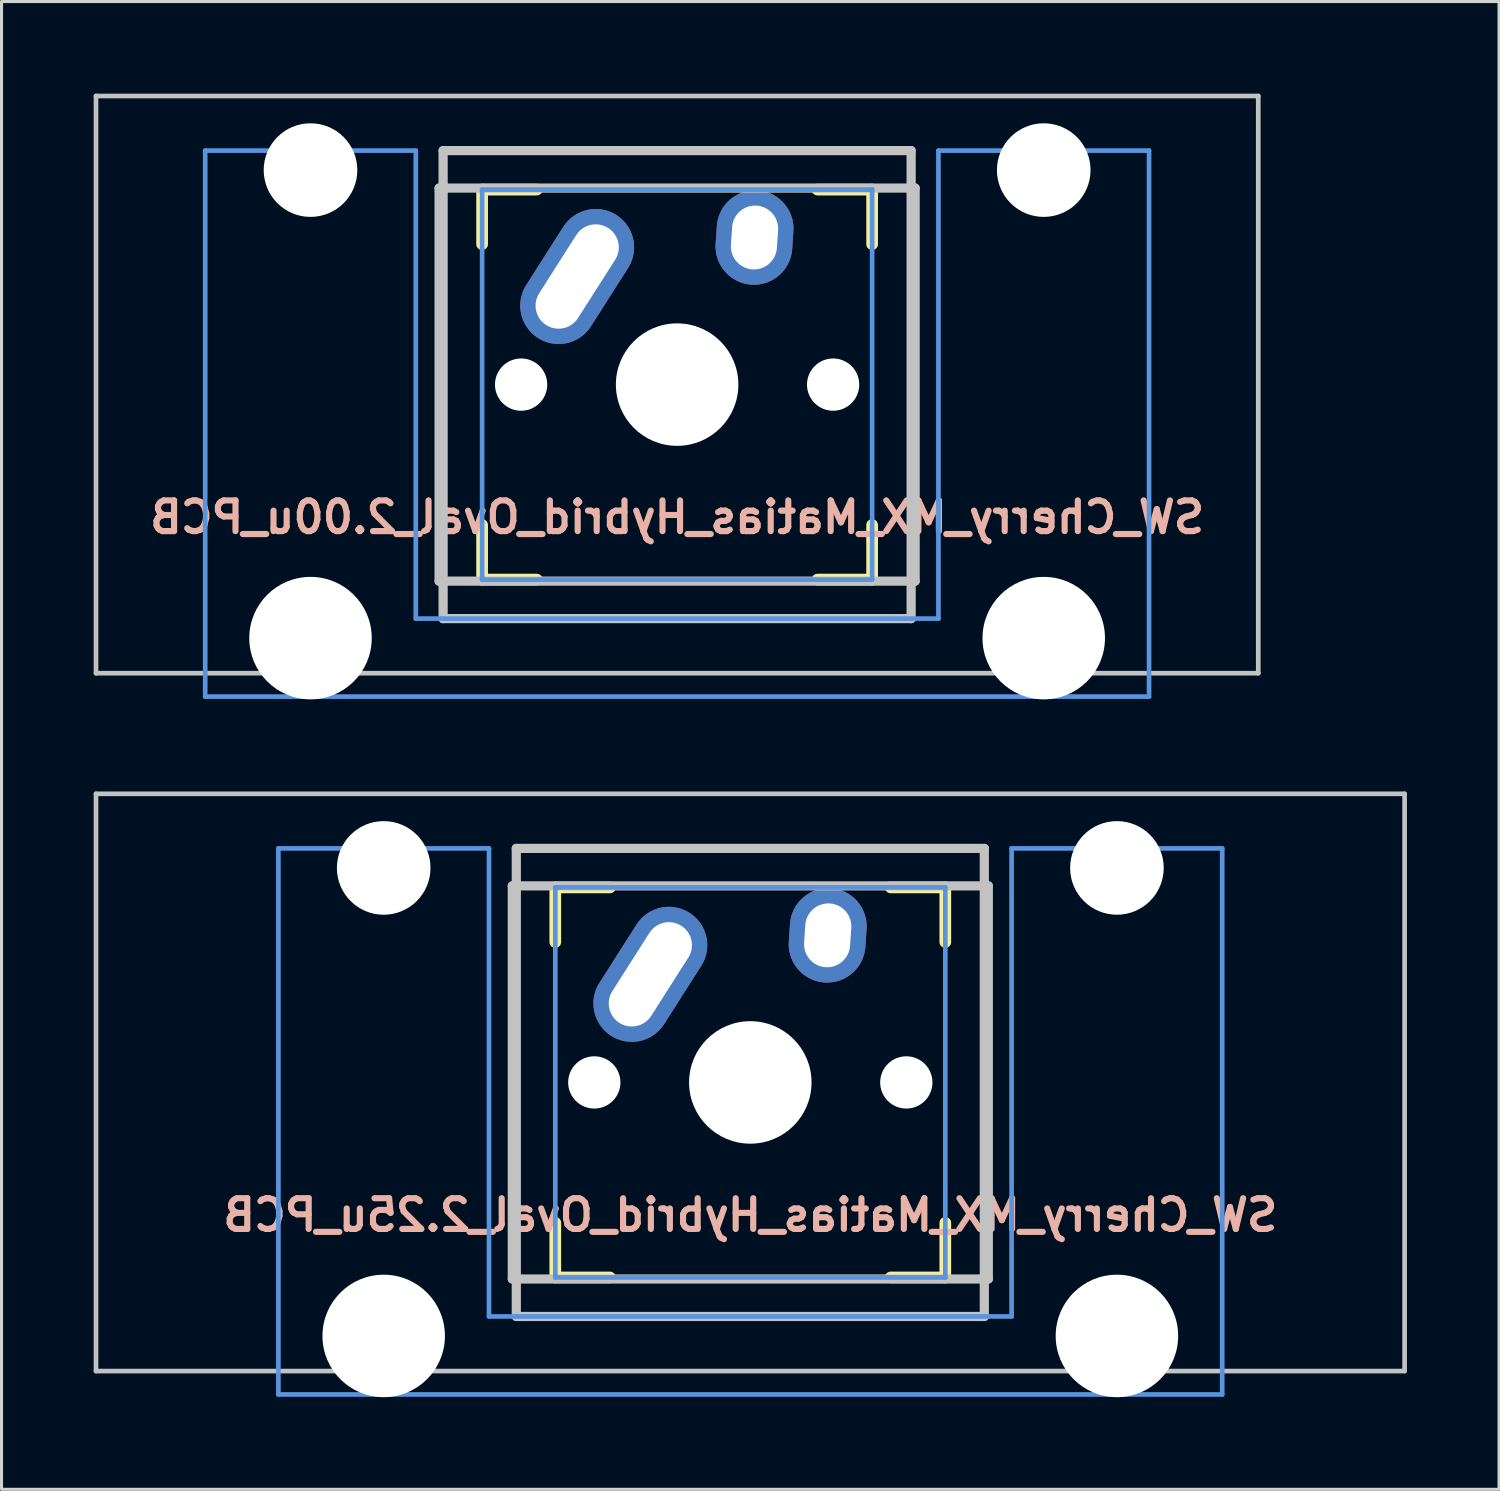
<source format=kicad_pcb>
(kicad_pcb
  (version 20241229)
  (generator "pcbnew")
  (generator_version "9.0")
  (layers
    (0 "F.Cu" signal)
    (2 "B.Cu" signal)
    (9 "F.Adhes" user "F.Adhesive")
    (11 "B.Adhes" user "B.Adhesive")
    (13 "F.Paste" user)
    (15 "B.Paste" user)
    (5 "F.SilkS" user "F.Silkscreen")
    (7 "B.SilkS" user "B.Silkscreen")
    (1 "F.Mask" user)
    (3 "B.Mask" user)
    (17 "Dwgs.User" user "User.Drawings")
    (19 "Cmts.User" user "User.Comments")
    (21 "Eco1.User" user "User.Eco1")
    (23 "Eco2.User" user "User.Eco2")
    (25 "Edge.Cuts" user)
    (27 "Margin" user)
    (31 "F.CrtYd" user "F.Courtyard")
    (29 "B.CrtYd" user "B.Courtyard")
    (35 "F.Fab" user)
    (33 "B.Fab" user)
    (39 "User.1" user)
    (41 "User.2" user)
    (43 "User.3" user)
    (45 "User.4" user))
  (footprint "SW_Cherry_MX_Matias_Hybrid_Oval_2.00u_PCB"
    (layer "F.Cu")
    (at 18.999 9.474)
    (property "Reference" "SW_Cherry_MX_Matias_Hybrid_Oval_2.00u_PCB" (at 0 4.318 0) (layer "B.SilkS") (effects (font (size 1 1) (thickness 0.2)) (justify mirror)))
    (attr through_hole)
    (fp_line (start -6.35 -6.35) (end -4.572 -6.35) (stroke (width 0.381) (type solid)) (layer "F.SilkS"))
    (fp_line (start -6.35 -4.572) (end -6.35 -6.35) (stroke (width 0.381) (type solid)) (layer "F.SilkS"))
    (fp_line (start -6.35 6.35) (end -6.35 4.572) (stroke (width 0.381) (type solid)) (layer "F.SilkS"))
    (fp_line (start -4.572 6.35) (end -6.35 6.35) (stroke (width 0.381) (type solid)) (layer "F.SilkS"))
    (fp_line (start 4.572 -6.35) (end 6.35 -6.35) (stroke (width 0.381) (type solid)) (layer "F.SilkS"))
    (fp_line (start 6.35 -6.35) (end 6.35 -4.572) (stroke (width 0.381) (type solid)) (layer "F.SilkS"))
    (fp_line (start 6.35 4.572) (end 6.35 6.35) (stroke (width 0.381) (type solid)) (layer "F.SilkS"))
    (fp_line (start 6.35 6.35) (end 4.572 6.35) (stroke (width 0.381) (type solid)) (layer "F.SilkS"))
    (fp_line (start -18.923 -9.398) (end 18.923 -9.398) (stroke (width 0.152) (type solid)) (layer "Dwgs.User"))
    (fp_line (start -18.923 9.398) (end -18.923 -9.398) (stroke (width 0.152) (type solid)) (layer "Dwgs.User"))
    (fp_line (start -7.75 6.4) (end -7.75 -6.4) (stroke (width 0.3) (type solid)) (layer "Dwgs.User"))
    (fp_line (start -7.75 6.4) (end 7.75 6.4) (stroke (width 0.3) (type solid)) (layer "Dwgs.User"))
    (fp_line (start -7.62 -7.62) (end 7.62 -7.62) (stroke (width 0.3) (type solid)) (layer "Dwgs.User"))
    (fp_line (start -7.62 7.62) (end -7.62 -7.62) (stroke (width 0.3) (type solid)) (layer "Dwgs.User"))
    (fp_line (start 7.62 -7.62) (end 7.62 7.62) (stroke (width 0.3) (type solid)) (layer "Dwgs.User"))
    (fp_line (start 7.62 7.62) (end -7.62 7.62) (stroke (width 0.3) (type solid)) (layer "Dwgs.User"))
    (fp_line (start 7.75 -6.4) (end -7.75 -6.4) (stroke (width 0.3) (type solid)) (layer "Dwgs.User"))
    (fp_line (start 7.75 6.4) (end 7.75 -6.4) (stroke (width 0.3) (type solid)) (layer "Dwgs.User"))
    (fp_line (start 18.923 -9.398) (end 18.923 9.398) (stroke (width 0.152) (type solid)) (layer "Dwgs.User"))
    (fp_line (start 18.923 9.398) (end -18.923 9.398) (stroke (width 0.152) (type solid)) (layer "Dwgs.User"))
    (fp_line (start -15.367 -7.62) (end -15.367 10.16) (stroke (width 0.152) (type solid)) (layer "Cmts.User"))
    (fp_line (start -15.367 10.16) (end 15.367 10.16) (stroke (width 0.152) (type solid)) (layer "Cmts.User"))
    (fp_line (start -8.509 -7.62) (end -15.367 -7.62) (stroke (width 0.152) (type solid)) (layer "Cmts.User"))
    (fp_line (start -8.509 7.62) (end -8.509 -7.62) (stroke (width 0.152) (type solid)) (layer "Cmts.User"))
    (fp_line (start -6.35 -6.35) (end 6.35 -6.35) (stroke (width 0.152) (type solid)) (layer "Cmts.User"))
    (fp_line (start -6.35 6.35) (end -6.35 -6.35) (stroke (width 0.152) (type solid)) (layer "Cmts.User"))
    (fp_line (start 6.35 -6.35) (end 6.35 6.35) (stroke (width 0.152) (type solid)) (layer "Cmts.User"))
    (fp_line (start 6.35 6.35) (end -6.35 6.35) (stroke (width 0.152) (type solid)) (layer "Cmts.User"))
    (fp_line (start 8.509 -7.62) (end 8.509 7.62) (stroke (width 0.152) (type solid)) (layer "Cmts.User"))
    (fp_line (start 8.509 7.62) (end -8.509 7.62) (stroke (width 0.152) (type solid)) (layer "Cmts.User"))
    (fp_line (start 15.367 -7.62) (end 8.509 -7.62) (stroke (width 0.152) (type solid)) (layer "Cmts.User"))
    (fp_line (start 15.367 10.16) (end 15.367 -7.62) (stroke (width 0.152) (type solid)) (layer "Cmts.User"))
    (fp_line (start -16.129 -2.286) (end -15.265 -2.286) (stroke (width 0.152) (type solid)) (layer "Eco2.User"))
    (fp_line (start -16.129 0.508) (end -16.129 -2.286) (stroke (width 0.152) (type solid)) (layer "Eco2.User"))
    (fp_line (start -15.265 -5.69) (end -8.611 -5.69) (stroke (width 0.152) (type solid)) (layer "Eco2.User"))
    (fp_line (start -15.265 -2.286) (end -15.265 -5.69) (stroke (width 0.152) (type solid)) (layer "Eco2.User"))
    (fp_line (start -15.265 0.508) (end -16.129 0.508) (stroke (width 0.152) (type solid)) (layer "Eco2.User"))
    (fp_line (start -15.265 6.604) (end -15.265 0.508) (stroke (width 0.152) (type solid)) (layer "Eco2.User"))
    (fp_line (start -14.224 6.604) (end -15.265 6.604) (stroke (width 0.152) (type solid)) (layer "Eco2.User"))
    (fp_line (start -14.224 7.772) (end -14.224 6.604) (stroke (width 0.152) (type solid)) (layer "Eco2.User"))
    (fp_line (start -9.652 6.604) (end -9.652 7.772) (stroke (width 0.152) (type solid)) (layer "Eco2.User"))
    (fp_line (start -9.652 7.772) (end -14.224 7.772) (stroke (width 0.152) (type solid)) (layer "Eco2.User"))
    (fp_line (start -8.611 -5.69) (end -8.611 -4.877) (stroke (width 0.152) (type solid)) (layer "Eco2.User"))
    (fp_line (start -8.611 -4.877) (end -6.985 -4.877) (stroke (width 0.152) (type solid)) (layer "Eco2.User"))
    (fp_line (start -8.611 5.817) (end -8.611 6.604) (stroke (width 0.152) (type solid)) (layer "Eco2.User"))
    (fp_line (start -8.611 6.604) (end -9.652 6.604) (stroke (width 0.152) (type solid)) (layer "Eco2.User"))
    (fp_line (start -6.985 -6.985) (end 6.985 -6.985) (stroke (width 0.152) (type solid)) (layer "Eco2.User"))
    (fp_line (start -6.985 -4.877) (end -6.985 -6.985) (stroke (width 0.152) (type solid)) (layer "Eco2.User"))
    (fp_line (start -6.985 5.817) (end -8.611 5.817) (stroke (width 0.152) (type solid)) (layer "Eco2.User"))
    (fp_line (start -6.985 6.985) (end -6.985 5.817) (stroke (width 0.152) (type solid)) (layer "Eco2.User"))
    (fp_line (start 6.985 -6.985) (end 6.985 -4.877) (stroke (width 0.152) (type solid)) (layer "Eco2.User"))
    (fp_line (start 6.985 -4.877) (end 8.611 -4.877) (stroke (width 0.152) (type solid)) (layer "Eco2.User"))
    (fp_line (start 6.985 5.817) (end 6.985 6.985) (stroke (width 0.152) (type solid)) (layer "Eco2.User"))
    (fp_line (start 6.985 6.985) (end -6.985 6.985) (stroke (width 0.152) (type solid)) (layer "Eco2.User"))
    (fp_line (start 8.611 -5.69) (end 15.265 -5.69) (stroke (width 0.152) (type solid)) (layer "Eco2.User"))
    (fp_line (start 8.611 -4.877) (end 8.611 -5.69) (stroke (width 0.152) (type solid)) (layer "Eco2.User"))
    (fp_line (start 8.611 5.817) (end 6.985 5.817) (stroke (width 0.152) (type solid)) (layer "Eco2.User"))
    (fp_line (start 8.611 6.604) (end 8.611 5.817) (stroke (width 0.152) (type solid)) (layer "Eco2.User"))
    (fp_line (start 9.652 6.604) (end 8.611 6.604) (stroke (width 0.152) (type solid)) (layer "Eco2.User"))
    (fp_line (start 9.652 7.772) (end 9.652 6.604) (stroke (width 0.152) (type solid)) (layer "Eco2.User"))
    (fp_line (start 14.224 6.604) (end 14.224 7.772) (stroke (width 0.152) (type solid)) (layer "Eco2.User"))
    (fp_line (start 14.224 7.772) (end 9.652 7.772) (stroke (width 0.152) (type solid)) (layer "Eco2.User"))
    (fp_line (start 15.265 -5.69) (end 15.265 -2.286) (stroke (width 0.152) (type solid)) (layer "Eco2.User"))
    (fp_line (start 15.265 -2.286) (end 16.129 -2.286) (stroke (width 0.152) (type solid)) (layer "Eco2.User"))
    (fp_line (start 15.265 0.508) (end 15.265 6.604) (stroke (width 0.152) (type solid)) (layer "Eco2.User"))
    (fp_line (start 15.265 6.604) (end 14.224 6.604) (stroke (width 0.152) (type solid)) (layer "Eco2.User"))
    (fp_line (start 16.129 -2.286) (end 16.129 0.508) (stroke (width 0.152) (type solid)) (layer "Eco2.User"))
    (fp_line (start 16.129 0.508) (end 15.265 0.508) (stroke (width 0.152) (type solid)) (layer "Eco2.User"))
    (pad "" np_thru_hole circle (at -11.938 -6.985) (size 3.048 3.048) (drill 3.048) (layers "*.Cu" "*.Mask"))
    (pad "" np_thru_hole circle (at -11.938 8.255) (size 3.988 3.988) (drill 3.988) (layers "*.Cu" "*.Mask"))
    (pad "" np_thru_hole circle (at -5.08 0) (size 1.702 1.702) (drill 1.702) (layers "*.Cu" "*.Mask"))
    (pad "" np_thru_hole circle (at 0 0) (size 3.988 3.988) (drill 3.988) (layers "*.Cu" "*.Mask"))
    (pad "" np_thru_hole circle (at 5.08 0) (size 1.702 1.702) (drill 1.702) (layers "*.Cu" "*.Mask"))
    (pad "" np_thru_hole circle (at 11.938 -6.985) (size 3.048 3.048) (drill 3.048) (layers "*.Cu" "*.Mask"))
    (pad "" np_thru_hole circle (at 11.938 8.255) (size 3.988 3.988) (drill 3.988) (layers "*.Cu" "*.Mask"))
    (pad "1" thru_hole oval (at 2.52 -4.79 356.1) (size 2.5 3.08) (drill oval 1.5 2.08) (layers "*.Cu" "*.Mask"))
    (pad "2" thru_hole oval (at -3.255 -3.52 327.5) (size 2.5 4.75) (drill oval 1.5 3.75) (layers "*.Cu" "*.Mask")))
  (footprint "SW_Cherry_MX_Matias_Hybrid_Oval_2.25u_PCB"
    (layer "F.Cu")
    (at 21.382 32.197)
    (property "Reference" "SW_Cherry_MX_Matias_Hybrid_Oval_2.25u_PCB" (at 0 4.318 0) (layer "B.SilkS") (effects (font (size 1 1) (thickness 0.2)) (justify mirror)))
    (attr through_hole)
    (fp_line (start -6.35 -6.35) (end -4.572 -6.35) (stroke (width 0.381) (type solid)) (layer "F.SilkS"))
    (fp_line (start -6.35 -4.572) (end -6.35 -6.35) (stroke (width 0.381) (type solid)) (layer "F.SilkS"))
    (fp_line (start -6.35 6.35) (end -6.35 4.572) (stroke (width 0.381) (type solid)) (layer "F.SilkS"))
    (fp_line (start -4.572 6.35) (end -6.35 6.35) (stroke (width 0.381) (type solid)) (layer "F.SilkS"))
    (fp_line (start 4.572 -6.35) (end 6.35 -6.35) (stroke (width 0.381) (type solid)) (layer "F.SilkS"))
    (fp_line (start 6.35 -6.35) (end 6.35 -4.572) (stroke (width 0.381) (type solid)) (layer "F.SilkS"))
    (fp_line (start 6.35 4.572) (end 6.35 6.35) (stroke (width 0.381) (type solid)) (layer "F.SilkS"))
    (fp_line (start 6.35 6.35) (end 4.572 6.35) (stroke (width 0.381) (type solid)) (layer "F.SilkS"))
    (fp_line (start -21.306 -9.398) (end 21.306 -9.398) (stroke (width 0.152) (type solid)) (layer "Dwgs.User"))
    (fp_line (start -21.306 9.398) (end -21.306 -9.398) (stroke (width 0.152) (type solid)) (layer "Dwgs.User"))
    (fp_line (start -7.75 6.4) (end -7.75 -6.4) (stroke (width 0.3) (type solid)) (layer "Dwgs.User"))
    (fp_line (start -7.75 6.4) (end 7.75 6.4) (stroke (width 0.3) (type solid)) (layer "Dwgs.User"))
    (fp_line (start -7.62 -7.62) (end 7.62 -7.62) (stroke (width 0.3) (type solid)) (layer "Dwgs.User"))
    (fp_line (start -7.62 7.62) (end -7.62 -7.62) (stroke (width 0.3) (type solid)) (layer "Dwgs.User"))
    (fp_line (start 7.62 -7.62) (end 7.62 7.62) (stroke (width 0.3) (type solid)) (layer "Dwgs.User"))
    (fp_line (start 7.62 7.62) (end -7.62 7.62) (stroke (width 0.3) (type solid)) (layer "Dwgs.User"))
    (fp_line (start 7.75 -6.4) (end -7.75 -6.4) (stroke (width 0.3) (type solid)) (layer "Dwgs.User"))
    (fp_line (start 7.75 6.4) (end 7.75 -6.4) (stroke (width 0.3) (type solid)) (layer "Dwgs.User"))
    (fp_line (start 21.306 -9.398) (end 21.306 9.398) (stroke (width 0.152) (type solid)) (layer "Dwgs.User"))
    (fp_line (start 21.306 9.398) (end -21.306 9.398) (stroke (width 0.152) (type solid)) (layer "Dwgs.User"))
    (fp_line (start -15.367 -7.62) (end -15.367 10.16) (stroke (width 0.152) (type solid)) (layer "Cmts.User"))
    (fp_line (start -15.367 10.16) (end 15.367 10.16) (stroke (width 0.152) (type solid)) (layer "Cmts.User"))
    (fp_line (start -8.509 -7.62) (end -15.367 -7.62) (stroke (width 0.152) (type solid)) (layer "Cmts.User"))
    (fp_line (start -8.509 7.62) (end -8.509 -7.62) (stroke (width 0.152) (type solid)) (layer "Cmts.User"))
    (fp_line (start -6.35 -6.35) (end 6.35 -6.35) (stroke (width 0.152) (type solid)) (layer "Cmts.User"))
    (fp_line (start -6.35 6.35) (end -6.35 -6.35) (stroke (width 0.152) (type solid)) (layer "Cmts.User"))
    (fp_line (start 6.35 -6.35) (end 6.35 6.35) (stroke (width 0.152) (type solid)) (layer "Cmts.User"))
    (fp_line (start 6.35 6.35) (end -6.35 6.35) (stroke (width 0.152) (type solid)) (layer "Cmts.User"))
    (fp_line (start 8.509 -7.62) (end 8.509 7.62) (stroke (width 0.152) (type solid)) (layer "Cmts.User"))
    (fp_line (start 8.509 7.62) (end -8.509 7.62) (stroke (width 0.152) (type solid)) (layer "Cmts.User"))
    (fp_line (start 15.367 -7.62) (end 8.509 -7.62) (stroke (width 0.152) (type solid)) (layer "Cmts.User"))
    (fp_line (start 15.367 10.16) (end 15.367 -7.62) (stroke (width 0.152) (type solid)) (layer "Cmts.User"))
    (fp_line (start -16.129 -2.286) (end -15.265 -2.286) (stroke (width 0.152) (type solid)) (layer "Eco2.User"))
    (fp_line (start -16.129 0.508) (end -16.129 -2.286) (stroke (width 0.152) (type solid)) (layer "Eco2.User"))
    (fp_line (start -15.265 -5.69) (end -8.611 -5.69) (stroke (width 0.152) (type solid)) (layer "Eco2.User"))
    (fp_line (start -15.265 -2.286) (end -15.265 -5.69) (stroke (width 0.152) (type solid)) (layer "Eco2.User"))
    (fp_line (start -15.265 0.508) (end -16.129 0.508) (stroke (width 0.152) (type solid)) (layer "Eco2.User"))
    (fp_line (start -15.265 6.604) (end -15.265 0.508) (stroke (width 0.152) (type solid)) (layer "Eco2.User"))
    (fp_line (start -14.224 6.604) (end -15.265 6.604) (stroke (width 0.152) (type solid)) (layer "Eco2.User"))
    (fp_line (start -14.224 7.772) (end -14.224 6.604) (stroke (width 0.152) (type solid)) (layer "Eco2.User"))
    (fp_line (start -9.652 6.604) (end -9.652 7.772) (stroke (width 0.152) (type solid)) (layer "Eco2.User"))
    (fp_line (start -9.652 7.772) (end -14.224 7.772) (stroke (width 0.152) (type solid)) (layer "Eco2.User"))
    (fp_line (start -8.611 -5.69) (end -8.611 -4.877) (stroke (width 0.152) (type solid)) (layer "Eco2.User"))
    (fp_line (start -8.611 -4.877) (end -6.985 -4.877) (stroke (width 0.152) (type solid)) (layer "Eco2.User"))
    (fp_line (start -8.611 5.817) (end -8.611 6.604) (stroke (width 0.152) (type solid)) (layer "Eco2.User"))
    (fp_line (start -8.611 6.604) (end -9.652 6.604) (stroke (width 0.152) (type solid)) (layer "Eco2.User"))
    (fp_line (start -6.985 -6.985) (end 6.985 -6.985) (stroke (width 0.152) (type solid)) (layer "Eco2.User"))
    (fp_line (start -6.985 -4.877) (end -6.985 -6.985) (stroke (width 0.152) (type solid)) (layer "Eco2.User"))
    (fp_line (start -6.985 5.817) (end -8.611 5.817) (stroke (width 0.152) (type solid)) (layer "Eco2.User"))
    (fp_line (start -6.985 6.985) (end -6.985 5.817) (stroke (width 0.152) (type solid)) (layer "Eco2.User"))
    (fp_line (start 6.985 -6.985) (end 6.985 -4.877) (stroke (width 0.152) (type solid)) (layer "Eco2.User"))
    (fp_line (start 6.985 -4.877) (end 8.611 -4.877) (stroke (width 0.152) (type solid)) (layer "Eco2.User"))
    (fp_line (start 6.985 5.817) (end 6.985 6.985) (stroke (width 0.152) (type solid)) (layer "Eco2.User"))
    (fp_line (start 6.985 6.985) (end -6.985 6.985) (stroke (width 0.152) (type solid)) (layer "Eco2.User"))
    (fp_line (start 8.611 -5.69) (end 15.265 -5.69) (stroke (width 0.152) (type solid)) (layer "Eco2.User"))
    (fp_line (start 8.611 -4.877) (end 8.611 -5.69) (stroke (width 0.152) (type solid)) (layer "Eco2.User"))
    (fp_line (start 8.611 5.817) (end 6.985 5.817) (stroke (width 0.152) (type solid)) (layer "Eco2.User"))
    (fp_line (start 8.611 6.604) (end 8.611 5.817) (stroke (width 0.152) (type solid)) (layer "Eco2.User"))
    (fp_line (start 9.652 6.604) (end 8.611 6.604) (stroke (width 0.152) (type solid)) (layer "Eco2.User"))
    (fp_line (start 9.652 7.772) (end 9.652 6.604) (stroke (width 0.152) (type solid)) (layer "Eco2.User"))
    (fp_line (start 14.224 6.604) (end 14.224 7.772) (stroke (width 0.152) (type solid)) (layer "Eco2.User"))
    (fp_line (start 14.224 7.772) (end 9.652 7.772) (stroke (width 0.152) (type solid)) (layer "Eco2.User"))
    (fp_line (start 15.265 -5.69) (end 15.265 -2.286) (stroke (width 0.152) (type solid)) (layer "Eco2.User"))
    (fp_line (start 15.265 -2.286) (end 16.129 -2.286) (stroke (width 0.152) (type solid)) (layer "Eco2.User"))
    (fp_line (start 15.265 0.508) (end 15.265 6.604) (stroke (width 0.152) (type solid)) (layer "Eco2.User"))
    (fp_line (start 15.265 6.604) (end 14.224 6.604) (stroke (width 0.152) (type solid)) (layer "Eco2.User"))
    (fp_line (start 16.129 -2.286) (end 16.129 0.508) (stroke (width 0.152) (type solid)) (layer "Eco2.User"))
    (fp_line (start 16.129 0.508) (end 15.265 0.508) (stroke (width 0.152) (type solid)) (layer "Eco2.User"))
    (pad "" np_thru_hole circle (at -11.938 -6.985) (size 3.048 3.048) (drill 3.048) (layers "*.Cu" "*.Mask"))
    (pad "" np_thru_hole circle (at -11.938 8.255) (size 3.988 3.988) (drill 3.988) (layers "*.Cu" "*.Mask"))
    (pad "" np_thru_hole circle (at -5.08 0) (size 1.702 1.702) (drill 1.702) (layers "*.Cu" "*.Mask"))
    (pad "" np_thru_hole circle (at 0 0) (size 3.988 3.988) (drill 3.988) (layers "*.Cu" "*.Mask"))
    (pad "" np_thru_hole circle (at 5.08 0) (size 1.702 1.702) (drill 1.702) (layers "*.Cu" "*.Mask"))
    (pad "" np_thru_hole circle (at 11.938 -6.985) (size 3.048 3.048) (drill 3.048) (layers "*.Cu" "*.Mask"))
    (pad "" np_thru_hole circle (at 11.938 8.255) (size 3.988 3.988) (drill 3.988) (layers "*.Cu" "*.Mask"))
    (pad "1" thru_hole oval (at 2.52 -4.79 356.1) (size 2.5 3.08) (drill oval 1.5 2.08) (layers "*.Cu" "*.Mask"))
    (pad "2" thru_hole oval (at -3.255 -3.52 327.5) (size 2.5 4.75) (drill oval 1.5 3.75) (layers "*.Cu" "*.Mask")))
  (gr_rect
    (start -3 -3)
    (end 45.763 45.446)
    (stroke (width 0.1) (type default))
    (fill no)
    (layer "Edge.Cuts")))
</source>
